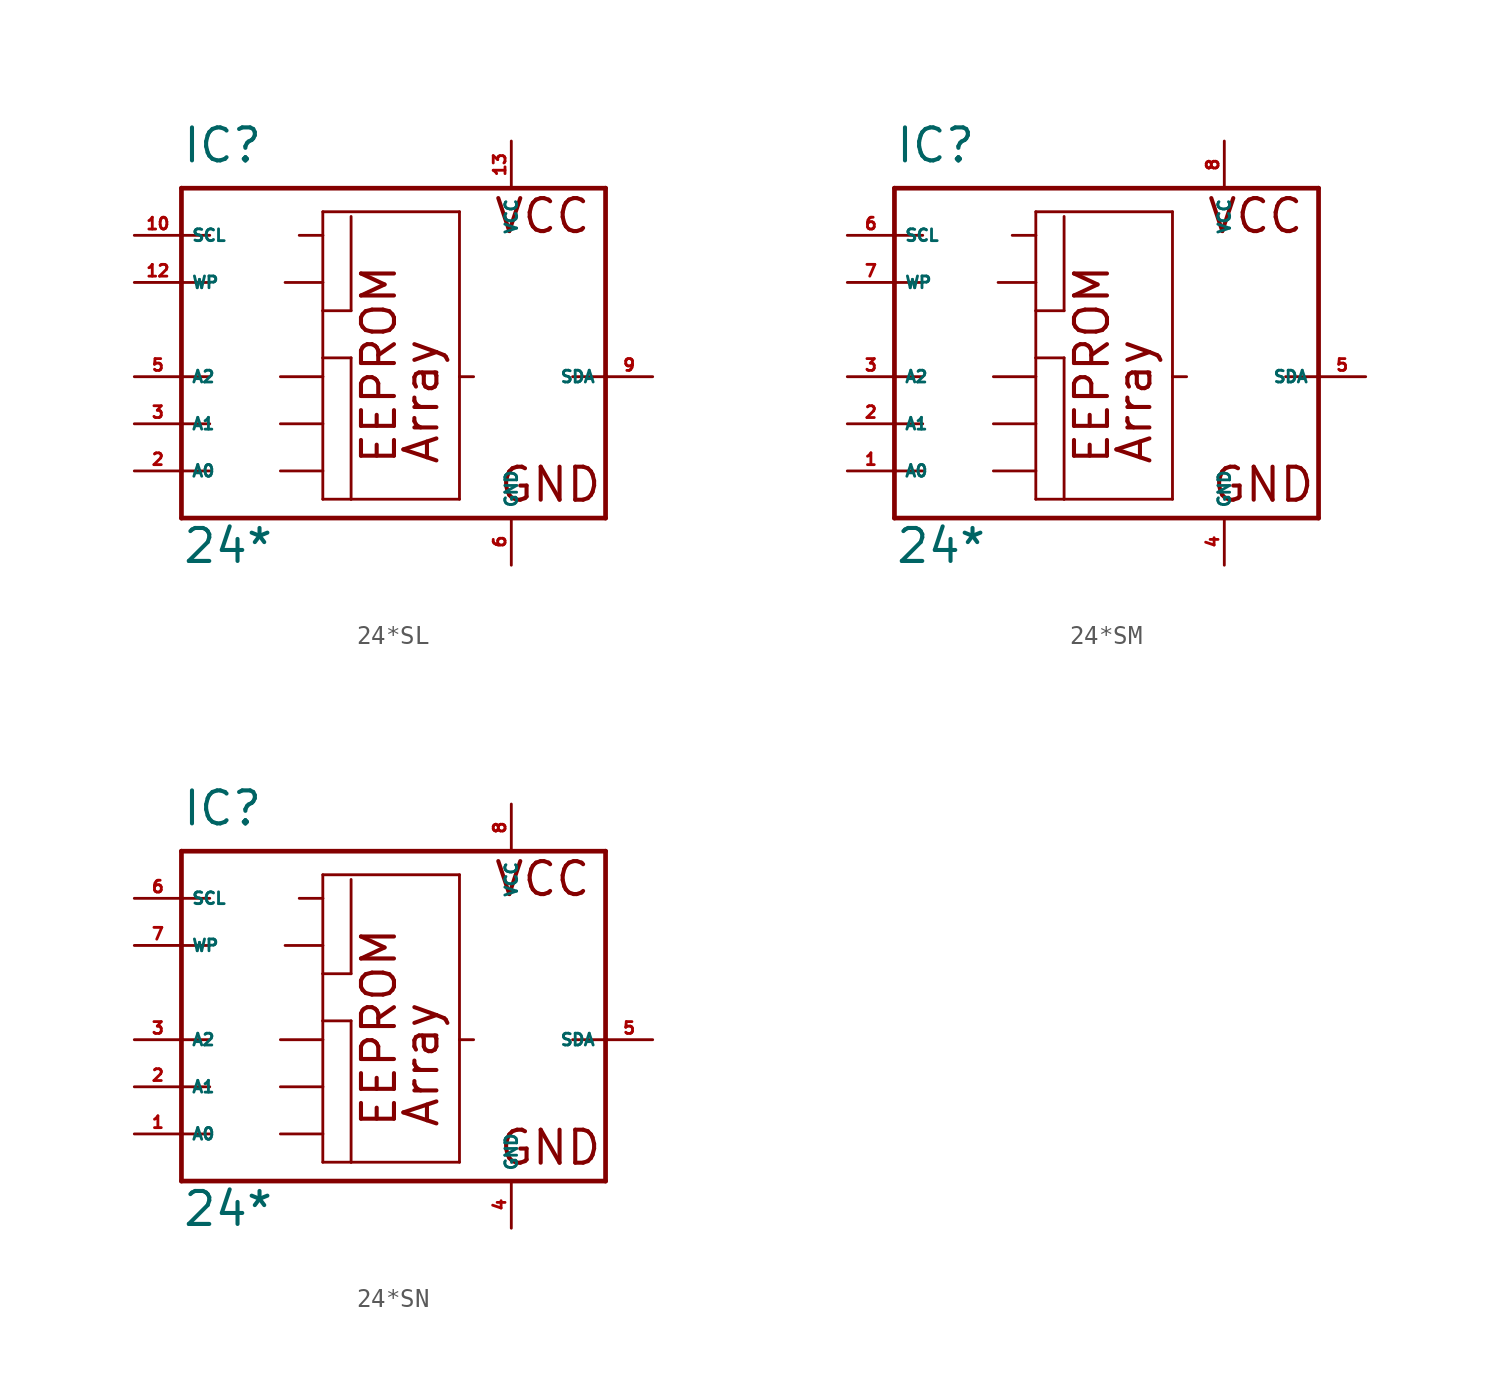
<source format=kicad_sym>
(kicad_symbol_lib
  (version 20220914)
  (generator Eagle2Kicad)
  (symbol "24*SL"
    (property "Reference" "IC"
      (at -10.16 11.43 0)
      (effects (font (size 1.778 1.778) (thickness 0.22)) (justify left bottom)))
    (property "Value" "24*"
      (at -10.16 -10.16 0)
      (effects (font (size 1.778 1.778) (thickness 0.22)) (justify left bottom)))
    (polyline
      (pts (xy -10.16 10.16) (xy 12.7 10.16))
      (stroke (width 0.254) (type default))
      (fill (type none)))
    (polyline
      (pts (xy 12.7 10.16) (xy 12.7 0))
      (stroke (width 0.254) (type default))
      (fill (type none)))
    (polyline
      (pts (xy 12.7 0) (xy 12.7 -7.62))
      (stroke (width 0.254) (type default))
      (fill (type none)))
    (polyline
      (pts (xy 12.7 -7.62) (xy -10.16 -7.62))
      (stroke (width 0.254) (type default))
      (fill (type none)))
    (polyline
      (pts (xy -10.16 -7.62) (xy -10.16 -5.08))
      (stroke (width 0.254) (type default))
      (fill (type none)))
    (polyline
      (pts (xy -10.16 -5.08) (xy -10.16 -2.54))
      (stroke (width 0.254) (type default))
      (fill (type none)))
    (polyline
      (pts (xy -10.16 -2.54) (xy -10.16 0))
      (stroke (width 0.254) (type default))
      (fill (type none)))
    (polyline
      (pts (xy -10.16 0) (xy -10.16 5.08))
      (stroke (width 0.254) (type default))
      (fill (type none)))
    (polyline
      (pts (xy -10.16 5.08) (xy -10.16 7.62))
      (stroke (width 0.254) (type default))
      (fill (type none)))
    (polyline
      (pts (xy -10.16 7.62) (xy -10.16 10.16))
      (stroke (width 0.254) (type default))
      (fill (type none)))
    (polyline
      (pts (xy -2.54 8.89) (xy 4.826 8.89))
      (stroke (width 0.152) (type default))
      (fill (type none)))
    (polyline
      (pts (xy 4.826 8.89) (xy 4.826 0))
      (stroke (width 0.152) (type default))
      (fill (type none)))
    (polyline
      (pts (xy 4.826 0) (xy 4.826 -6.604))
      (stroke (width 0.152) (type default))
      (fill (type none)))
    (polyline
      (pts (xy 4.826 -6.604) (xy -1.016 -6.604))
      (stroke (width 0.152) (type default))
      (fill (type none)))
    (polyline
      (pts (xy -1.016 -6.604) (xy -2.54 -6.604))
      (stroke (width 0.152) (type default))
      (fill (type none)))
    (polyline
      (pts (xy -2.54 -6.604) (xy -2.54 -5.08))
      (stroke (width 0.152) (type default))
      (fill (type none)))
    (polyline
      (pts (xy -2.54 -5.08) (xy -2.54 -2.54))
      (stroke (width 0.152) (type default))
      (fill (type none)))
    (polyline
      (pts (xy -2.54 -2.54) (xy -2.54 0))
      (stroke (width 0.152) (type default))
      (fill (type none)))
    (polyline
      (pts (xy -2.54 0) (xy -2.54 1.016))
      (stroke (width 0.152) (type default))
      (fill (type none)))
    (polyline
      (pts (xy -2.54 1.016) (xy -2.54 3.556))
      (stroke (width 0.152) (type default))
      (fill (type none)))
    (polyline
      (pts (xy -2.54 3.556) (xy -2.54 5.08))
      (stroke (width 0.152) (type default))
      (fill (type none)))
    (polyline
      (pts (xy -2.54 5.08) (xy -2.54 7.62))
      (stroke (width 0.152) (type default))
      (fill (type none)))
    (polyline
      (pts (xy -2.54 7.62) (xy -2.54 8.89))
      (stroke (width 0.152) (type default))
      (fill (type none)))
    (polyline
      (pts (xy -4.826 0) (xy -2.54 0))
      (stroke (width 0.152) (type default))
      (fill (type none)))
    (polyline
      (pts (xy -4.826 -2.54) (xy -2.54 -2.54))
      (stroke (width 0.152) (type default))
      (fill (type none)))
    (polyline
      (pts (xy -4.826 -5.08) (xy -2.54 -5.08))
      (stroke (width 0.152) (type default))
      (fill (type none)))
    (polyline
      (pts (xy -10.16 0) (xy -8.636 0))
      (stroke (width 0.152) (type default))
      (fill (type none)))
    (polyline
      (pts (xy -10.16 -2.54) (xy -8.636 -2.54))
      (stroke (width 0.152) (type default))
      (fill (type none)))
    (polyline
      (pts (xy -10.16 -5.08) (xy -8.636 -5.08))
      (stroke (width 0.152) (type default))
      (fill (type none)))
    (polyline
      (pts (xy -10.16 7.62) (xy -8.636 7.62))
      (stroke (width 0.152) (type default))
      (fill (type none)))
    (polyline
      (pts (xy 12.7 0) (xy 10.922 0))
      (stroke (width 0.152) (type default))
      (fill (type none)))
    (polyline
      (pts (xy 5.588 0) (xy 4.826 0))
      (stroke (width 0.152) (type default))
      (fill (type none)))
    (polyline
      (pts (xy -1.016 8.636) (xy -1.016 3.556))
      (stroke (width 0.152) (type default))
      (fill (type none)))
    (polyline
      (pts (xy -1.016 1.016) (xy -1.016 -6.604))
      (stroke (width 0.152) (type default))
      (fill (type none)))
    (polyline
      (pts (xy -10.16 5.08) (xy -8.636 5.08))
      (stroke (width 0.152) (type default))
      (fill (type none)))
    (polyline
      (pts (xy -4.572 5.08) (xy -2.54 5.08))
      (stroke (width 0.152) (type default))
      (fill (type none)))
    (polyline
      (pts (xy -2.54 3.556) (xy -1.016 3.556))
      (stroke (width 0.152) (type default))
      (fill (type none)))
    (polyline
      (pts (xy -3.81 7.62) (xy -2.54 7.62))
      (stroke (width 0.152) (type default))
      (fill (type none)))
    (polyline
      (pts (xy -2.54 1.016) (xy -1.016 1.016))
      (stroke (width 0.152) (type default))
      (fill (type none)))
    (text "Array"
      (at 3.81 -4.826 900)
      (effects (font (size 1.778 1.778) (thickness 0.22)) (justify left bottom)))
    (text "VCC"
      (at 6.604 7.62 0)
      (effects (font (size 1.778 1.778) (thickness 0.22)) (justify left bottom)))
    (text "GND"
      (at 6.858 -6.858 0)
      (effects (font (size 1.778 1.778) (thickness 0.22)) (justify left bottom)))
    (text "EEPROM"
      (at 1.524 -4.826 900)
      (effects (font (size 1.778 1.778) (thickness 0.22)) (justify left bottom)))
    (pin unspecified line
      (at 7.62 12.7 270)
      (length 2.54)
      (name "VCC" (effects (font (size 0.635 0.635) (thickness 0.08)) (justify left bottom)))
      (number "13" (effects (font (size 0.635 0.635) (thickness 0.08)) (justify left bottom))))
    (pin unspecified line
      (at 7.62 -10.16 90)
      (length 2.54)
      (name "GND" (effects (font (size 0.635 0.635) (thickness 0.08)) (justify left bottom)))
      (number "6" (effects (font (size 0.635 0.635) (thickness 0.08)) (justify left bottom))))
    (pin input line
      (at -12.7 7.62 0)
      (length 2.54)
      (name "SCL" (effects (font (size 0.635 0.635) (thickness 0.08)) (justify left bottom)))
      (number "10" (effects (font (size 0.635 0.635) (thickness 0.08)) (justify left bottom))))
    (pin bidirectional line
      (at 15.24 0 180)
      (length 2.54)
      (name "SDA" (effects (font (size 0.635 0.635) (thickness 0.08)) (justify left bottom)))
      (number "9" (effects (font (size 0.635 0.635) (thickness 0.08)) (justify left bottom))))
    (pin input line
      (at -12.7 -5.08 0)
      (length 2.54)
      (name "A0" (effects (font (size 0.635 0.635) (thickness 0.08)) (justify left bottom)))
      (number "2" (effects (font (size 0.635 0.635) (thickness 0.08)) (justify left bottom))))
    (pin input line
      (at -12.7 -2.54 0)
      (length 2.54)
      (name "A1" (effects (font (size 0.635 0.635) (thickness 0.08)) (justify left bottom)))
      (number "3" (effects (font (size 0.635 0.635) (thickness 0.08)) (justify left bottom))))
    (pin input line
      (at -12.7 0 0)
      (length 2.54)
      (name "A2" (effects (font (size 0.635 0.635) (thickness 0.08)) (justify left bottom)))
      (number "5" (effects (font (size 0.635 0.635) (thickness 0.08)) (justify left bottom))))
    (pin input line
      (at -12.7 5.08 0)
      (length 2.54)
      (name "WP" (effects (font (size 0.635 0.635) (thickness 0.08)) (justify left bottom)))
      (number "12" (effects (font (size 0.635 0.635) (thickness 0.08)) (justify left bottom)))))
  (symbol "24*SM"
    (property "Reference" "IC"
      (at -10.16 11.43 0)
      (effects (font (size 1.778 1.778) (thickness 0.22)) (justify left bottom)))
    (property "Value" "24*"
      (at -10.16 -10.16 0)
      (effects (font (size 1.778 1.778) (thickness 0.22)) (justify left bottom)))
    (polyline
      (pts (xy -10.16 10.16) (xy 12.7 10.16))
      (stroke (width 0.254) (type default))
      (fill (type none)))
    (polyline
      (pts (xy 12.7 10.16) (xy 12.7 0))
      (stroke (width 0.254) (type default))
      (fill (type none)))
    (polyline
      (pts (xy 12.7 0) (xy 12.7 -7.62))
      (stroke (width 0.254) (type default))
      (fill (type none)))
    (polyline
      (pts (xy 12.7 -7.62) (xy -10.16 -7.62))
      (stroke (width 0.254) (type default))
      (fill (type none)))
    (polyline
      (pts (xy -10.16 -7.62) (xy -10.16 -5.08))
      (stroke (width 0.254) (type default))
      (fill (type none)))
    (polyline
      (pts (xy -10.16 -5.08) (xy -10.16 -2.54))
      (stroke (width 0.254) (type default))
      (fill (type none)))
    (polyline
      (pts (xy -10.16 -2.54) (xy -10.16 0))
      (stroke (width 0.254) (type default))
      (fill (type none)))
    (polyline
      (pts (xy -10.16 0) (xy -10.16 5.08))
      (stroke (width 0.254) (type default))
      (fill (type none)))
    (polyline
      (pts (xy -10.16 5.08) (xy -10.16 7.62))
      (stroke (width 0.254) (type default))
      (fill (type none)))
    (polyline
      (pts (xy -10.16 7.62) (xy -10.16 10.16))
      (stroke (width 0.254) (type default))
      (fill (type none)))
    (polyline
      (pts (xy -2.54 8.89) (xy 4.826 8.89))
      (stroke (width 0.152) (type default))
      (fill (type none)))
    (polyline
      (pts (xy 4.826 8.89) (xy 4.826 0))
      (stroke (width 0.152) (type default))
      (fill (type none)))
    (polyline
      (pts (xy 4.826 0) (xy 4.826 -6.604))
      (stroke (width 0.152) (type default))
      (fill (type none)))
    (polyline
      (pts (xy 4.826 -6.604) (xy -1.016 -6.604))
      (stroke (width 0.152) (type default))
      (fill (type none)))
    (polyline
      (pts (xy -1.016 -6.604) (xy -2.54 -6.604))
      (stroke (width 0.152) (type default))
      (fill (type none)))
    (polyline
      (pts (xy -2.54 -6.604) (xy -2.54 -5.08))
      (stroke (width 0.152) (type default))
      (fill (type none)))
    (polyline
      (pts (xy -2.54 -5.08) (xy -2.54 -2.54))
      (stroke (width 0.152) (type default))
      (fill (type none)))
    (polyline
      (pts (xy -2.54 -2.54) (xy -2.54 0))
      (stroke (width 0.152) (type default))
      (fill (type none)))
    (polyline
      (pts (xy -2.54 0) (xy -2.54 1.016))
      (stroke (width 0.152) (type default))
      (fill (type none)))
    (polyline
      (pts (xy -2.54 1.016) (xy -2.54 3.556))
      (stroke (width 0.152) (type default))
      (fill (type none)))
    (polyline
      (pts (xy -2.54 3.556) (xy -2.54 5.08))
      (stroke (width 0.152) (type default))
      (fill (type none)))
    (polyline
      (pts (xy -2.54 5.08) (xy -2.54 7.62))
      (stroke (width 0.152) (type default))
      (fill (type none)))
    (polyline
      (pts (xy -2.54 7.62) (xy -2.54 8.89))
      (stroke (width 0.152) (type default))
      (fill (type none)))
    (polyline
      (pts (xy -4.826 0) (xy -2.54 0))
      (stroke (width 0.152) (type default))
      (fill (type none)))
    (polyline
      (pts (xy -4.826 -2.54) (xy -2.54 -2.54))
      (stroke (width 0.152) (type default))
      (fill (type none)))
    (polyline
      (pts (xy -4.826 -5.08) (xy -2.54 -5.08))
      (stroke (width 0.152) (type default))
      (fill (type none)))
    (polyline
      (pts (xy -10.16 0) (xy -8.636 0))
      (stroke (width 0.152) (type default))
      (fill (type none)))
    (polyline
      (pts (xy -10.16 -2.54) (xy -8.636 -2.54))
      (stroke (width 0.152) (type default))
      (fill (type none)))
    (polyline
      (pts (xy -10.16 -5.08) (xy -8.636 -5.08))
      (stroke (width 0.152) (type default))
      (fill (type none)))
    (polyline
      (pts (xy -10.16 7.62) (xy -8.636 7.62))
      (stroke (width 0.152) (type default))
      (fill (type none)))
    (polyline
      (pts (xy 12.7 0) (xy 10.922 0))
      (stroke (width 0.152) (type default))
      (fill (type none)))
    (polyline
      (pts (xy 5.588 0) (xy 4.826 0))
      (stroke (width 0.152) (type default))
      (fill (type none)))
    (polyline
      (pts (xy -1.016 8.636) (xy -1.016 3.556))
      (stroke (width 0.152) (type default))
      (fill (type none)))
    (polyline
      (pts (xy -1.016 1.016) (xy -1.016 -6.604))
      (stroke (width 0.152) (type default))
      (fill (type none)))
    (polyline
      (pts (xy -10.16 5.08) (xy -8.636 5.08))
      (stroke (width 0.152) (type default))
      (fill (type none)))
    (polyline
      (pts (xy -4.572 5.08) (xy -2.54 5.08))
      (stroke (width 0.152) (type default))
      (fill (type none)))
    (polyline
      (pts (xy -2.54 3.556) (xy -1.016 3.556))
      (stroke (width 0.152) (type default))
      (fill (type none)))
    (polyline
      (pts (xy -3.81 7.62) (xy -2.54 7.62))
      (stroke (width 0.152) (type default))
      (fill (type none)))
    (polyline
      (pts (xy -2.54 1.016) (xy -1.016 1.016))
      (stroke (width 0.152) (type default))
      (fill (type none)))
    (text "Array"
      (at 3.81 -4.826 900)
      (effects (font (size 1.778 1.778) (thickness 0.22)) (justify left bottom)))
    (text "VCC"
      (at 6.604 7.62 0)
      (effects (font (size 1.778 1.778) (thickness 0.22)) (justify left bottom)))
    (text "GND"
      (at 6.858 -6.858 0)
      (effects (font (size 1.778 1.778) (thickness 0.22)) (justify left bottom)))
    (text "EEPROM"
      (at 1.524 -4.826 900)
      (effects (font (size 1.778 1.778) (thickness 0.22)) (justify left bottom)))
    (pin unspecified line
      (at 7.62 12.7 270)
      (length 2.54)
      (name "VCC" (effects (font (size 0.635 0.635) (thickness 0.08)) (justify left bottom)))
      (number "8" (effects (font (size 0.635 0.635) (thickness 0.08)) (justify left bottom))))
    (pin unspecified line
      (at 7.62 -10.16 90)
      (length 2.54)
      (name "GND" (effects (font (size 0.635 0.635) (thickness 0.08)) (justify left bottom)))
      (number "4" (effects (font (size 0.635 0.635) (thickness 0.08)) (justify left bottom))))
    (pin input line
      (at -12.7 7.62 0)
      (length 2.54)
      (name "SCL" (effects (font (size 0.635 0.635) (thickness 0.08)) (justify left bottom)))
      (number "6" (effects (font (size 0.635 0.635) (thickness 0.08)) (justify left bottom))))
    (pin bidirectional line
      (at 15.24 0 180)
      (length 2.54)
      (name "SDA" (effects (font (size 0.635 0.635) (thickness 0.08)) (justify left bottom)))
      (number "5" (effects (font (size 0.635 0.635) (thickness 0.08)) (justify left bottom))))
    (pin input line
      (at -12.7 -5.08 0)
      (length 2.54)
      (name "A0" (effects (font (size 0.635 0.635) (thickness 0.08)) (justify left bottom)))
      (number "1" (effects (font (size 0.635 0.635) (thickness 0.08)) (justify left bottom))))
    (pin input line
      (at -12.7 -2.54 0)
      (length 2.54)
      (name "A1" (effects (font (size 0.635 0.635) (thickness 0.08)) (justify left bottom)))
      (number "2" (effects (font (size 0.635 0.635) (thickness 0.08)) (justify left bottom))))
    (pin input line
      (at -12.7 0 0)
      (length 2.54)
      (name "A2" (effects (font (size 0.635 0.635) (thickness 0.08)) (justify left bottom)))
      (number "3" (effects (font (size 0.635 0.635) (thickness 0.08)) (justify left bottom))))
    (pin input line
      (at -12.7 5.08 0)
      (length 2.54)
      (name "WP" (effects (font (size 0.635 0.635) (thickness 0.08)) (justify left bottom)))
      (number "7" (effects (font (size 0.635 0.635) (thickness 0.08)) (justify left bottom)))))
  (symbol "24*SN"
    (property "Reference" "IC"
      (at -10.16 11.43 0)
      (effects (font (size 1.778 1.778) (thickness 0.22)) (justify left bottom)))
    (property "Value" "24*"
      (at -10.16 -10.16 0)
      (effects (font (size 1.778 1.778) (thickness 0.22)) (justify left bottom)))
    (polyline
      (pts (xy -10.16 10.16) (xy 12.7 10.16))
      (stroke (width 0.254) (type default))
      (fill (type none)))
    (polyline
      (pts (xy 12.7 10.16) (xy 12.7 0))
      (stroke (width 0.254) (type default))
      (fill (type none)))
    (polyline
      (pts (xy 12.7 0) (xy 12.7 -7.62))
      (stroke (width 0.254) (type default))
      (fill (type none)))
    (polyline
      (pts (xy 12.7 -7.62) (xy -10.16 -7.62))
      (stroke (width 0.254) (type default))
      (fill (type none)))
    (polyline
      (pts (xy -10.16 -7.62) (xy -10.16 -5.08))
      (stroke (width 0.254) (type default))
      (fill (type none)))
    (polyline
      (pts (xy -10.16 -5.08) (xy -10.16 -2.54))
      (stroke (width 0.254) (type default))
      (fill (type none)))
    (polyline
      (pts (xy -10.16 -2.54) (xy -10.16 0))
      (stroke (width 0.254) (type default))
      (fill (type none)))
    (polyline
      (pts (xy -10.16 0) (xy -10.16 5.08))
      (stroke (width 0.254) (type default))
      (fill (type none)))
    (polyline
      (pts (xy -10.16 5.08) (xy -10.16 7.62))
      (stroke (width 0.254) (type default))
      (fill (type none)))
    (polyline
      (pts (xy -10.16 7.62) (xy -10.16 10.16))
      (stroke (width 0.254) (type default))
      (fill (type none)))
    (polyline
      (pts (xy -2.54 8.89) (xy 4.826 8.89))
      (stroke (width 0.152) (type default))
      (fill (type none)))
    (polyline
      (pts (xy 4.826 8.89) (xy 4.826 0))
      (stroke (width 0.152) (type default))
      (fill (type none)))
    (polyline
      (pts (xy 4.826 0) (xy 4.826 -6.604))
      (stroke (width 0.152) (type default))
      (fill (type none)))
    (polyline
      (pts (xy 4.826 -6.604) (xy -1.016 -6.604))
      (stroke (width 0.152) (type default))
      (fill (type none)))
    (polyline
      (pts (xy -1.016 -6.604) (xy -2.54 -6.604))
      (stroke (width 0.152) (type default))
      (fill (type none)))
    (polyline
      (pts (xy -2.54 -6.604) (xy -2.54 -5.08))
      (stroke (width 0.152) (type default))
      (fill (type none)))
    (polyline
      (pts (xy -2.54 -5.08) (xy -2.54 -2.54))
      (stroke (width 0.152) (type default))
      (fill (type none)))
    (polyline
      (pts (xy -2.54 -2.54) (xy -2.54 0))
      (stroke (width 0.152) (type default))
      (fill (type none)))
    (polyline
      (pts (xy -2.54 0) (xy -2.54 1.016))
      (stroke (width 0.152) (type default))
      (fill (type none)))
    (polyline
      (pts (xy -2.54 1.016) (xy -2.54 3.556))
      (stroke (width 0.152) (type default))
      (fill (type none)))
    (polyline
      (pts (xy -2.54 3.556) (xy -2.54 5.08))
      (stroke (width 0.152) (type default))
      (fill (type none)))
    (polyline
      (pts (xy -2.54 5.08) (xy -2.54 7.62))
      (stroke (width 0.152) (type default))
      (fill (type none)))
    (polyline
      (pts (xy -2.54 7.62) (xy -2.54 8.89))
      (stroke (width 0.152) (type default))
      (fill (type none)))
    (polyline
      (pts (xy -4.826 0) (xy -2.54 0))
      (stroke (width 0.152) (type default))
      (fill (type none)))
    (polyline
      (pts (xy -4.826 -2.54) (xy -2.54 -2.54))
      (stroke (width 0.152) (type default))
      (fill (type none)))
    (polyline
      (pts (xy -4.826 -5.08) (xy -2.54 -5.08))
      (stroke (width 0.152) (type default))
      (fill (type none)))
    (polyline
      (pts (xy -10.16 0) (xy -8.636 0))
      (stroke (width 0.152) (type default))
      (fill (type none)))
    (polyline
      (pts (xy -10.16 -2.54) (xy -8.636 -2.54))
      (stroke (width 0.152) (type default))
      (fill (type none)))
    (polyline
      (pts (xy -10.16 -5.08) (xy -8.636 -5.08))
      (stroke (width 0.152) (type default))
      (fill (type none)))
    (polyline
      (pts (xy -10.16 7.62) (xy -8.636 7.62))
      (stroke (width 0.152) (type default))
      (fill (type none)))
    (polyline
      (pts (xy 12.7 0) (xy 10.922 0))
      (stroke (width 0.152) (type default))
      (fill (type none)))
    (polyline
      (pts (xy 5.588 0) (xy 4.826 0))
      (stroke (width 0.152) (type default))
      (fill (type none)))
    (polyline
      (pts (xy -1.016 8.636) (xy -1.016 3.556))
      (stroke (width 0.152) (type default))
      (fill (type none)))
    (polyline
      (pts (xy -1.016 1.016) (xy -1.016 -6.604))
      (stroke (width 0.152) (type default))
      (fill (type none)))
    (polyline
      (pts (xy -10.16 5.08) (xy -8.636 5.08))
      (stroke (width 0.152) (type default))
      (fill (type none)))
    (polyline
      (pts (xy -4.572 5.08) (xy -2.54 5.08))
      (stroke (width 0.152) (type default))
      (fill (type none)))
    (polyline
      (pts (xy -2.54 3.556) (xy -1.016 3.556))
      (stroke (width 0.152) (type default))
      (fill (type none)))
    (polyline
      (pts (xy -3.81 7.62) (xy -2.54 7.62))
      (stroke (width 0.152) (type default))
      (fill (type none)))
    (polyline
      (pts (xy -2.54 1.016) (xy -1.016 1.016))
      (stroke (width 0.152) (type default))
      (fill (type none)))
    (text "Array"
      (at 3.81 -4.826 900)
      (effects (font (size 1.778 1.778) (thickness 0.22)) (justify left bottom)))
    (text "VCC"
      (at 6.604 7.62 0)
      (effects (font (size 1.778 1.778) (thickness 0.22)) (justify left bottom)))
    (text "GND"
      (at 6.858 -6.858 0)
      (effects (font (size 1.778 1.778) (thickness 0.22)) (justify left bottom)))
    (text "EEPROM"
      (at 1.524 -4.826 900)
      (effects (font (size 1.778 1.778) (thickness 0.22)) (justify left bottom)))
    (pin unspecified line
      (at 7.62 12.7 270)
      (length 2.54)
      (name "VCC" (effects (font (size 0.635 0.635) (thickness 0.08)) (justify left bottom)))
      (number "8" (effects (font (size 0.635 0.635) (thickness 0.08)) (justify left bottom))))
    (pin unspecified line
      (at 7.62 -10.16 90)
      (length 2.54)
      (name "GND" (effects (font (size 0.635 0.635) (thickness 0.08)) (justify left bottom)))
      (number "4" (effects (font (size 0.635 0.635) (thickness 0.08)) (justify left bottom))))
    (pin input line
      (at -12.7 7.62 0)
      (length 2.54)
      (name "SCL" (effects (font (size 0.635 0.635) (thickness 0.08)) (justify left bottom)))
      (number "6" (effects (font (size 0.635 0.635) (thickness 0.08)) (justify left bottom))))
    (pin bidirectional line
      (at 15.24 0 180)
      (length 2.54)
      (name "SDA" (effects (font (size 0.635 0.635) (thickness 0.08)) (justify left bottom)))
      (number "5" (effects (font (size 0.635 0.635) (thickness 0.08)) (justify left bottom))))
    (pin input line
      (at -12.7 -5.08 0)
      (length 2.54)
      (name "A0" (effects (font (size 0.635 0.635) (thickness 0.08)) (justify left bottom)))
      (number "1" (effects (font (size 0.635 0.635) (thickness 0.08)) (justify left bottom))))
    (pin input line
      (at -12.7 -2.54 0)
      (length 2.54)
      (name "A1" (effects (font (size 0.635 0.635) (thickness 0.08)) (justify left bottom)))
      (number "2" (effects (font (size 0.635 0.635) (thickness 0.08)) (justify left bottom))))
    (pin input line
      (at -12.7 0 0)
      (length 2.54)
      (name "A2" (effects (font (size 0.635 0.635) (thickness 0.08)) (justify left bottom)))
      (number "3" (effects (font (size 0.635 0.635) (thickness 0.08)) (justify left bottom))))
    (pin input line
      (at -12.7 5.08 0)
      (length 2.54)
      (name "WP" (effects (font (size 0.635 0.635) (thickness 0.08)) (justify left bottom)))
      (number "7" (effects (font (size 0.635 0.635) (thickness 0.08)) (justify left bottom))))))
</source>
